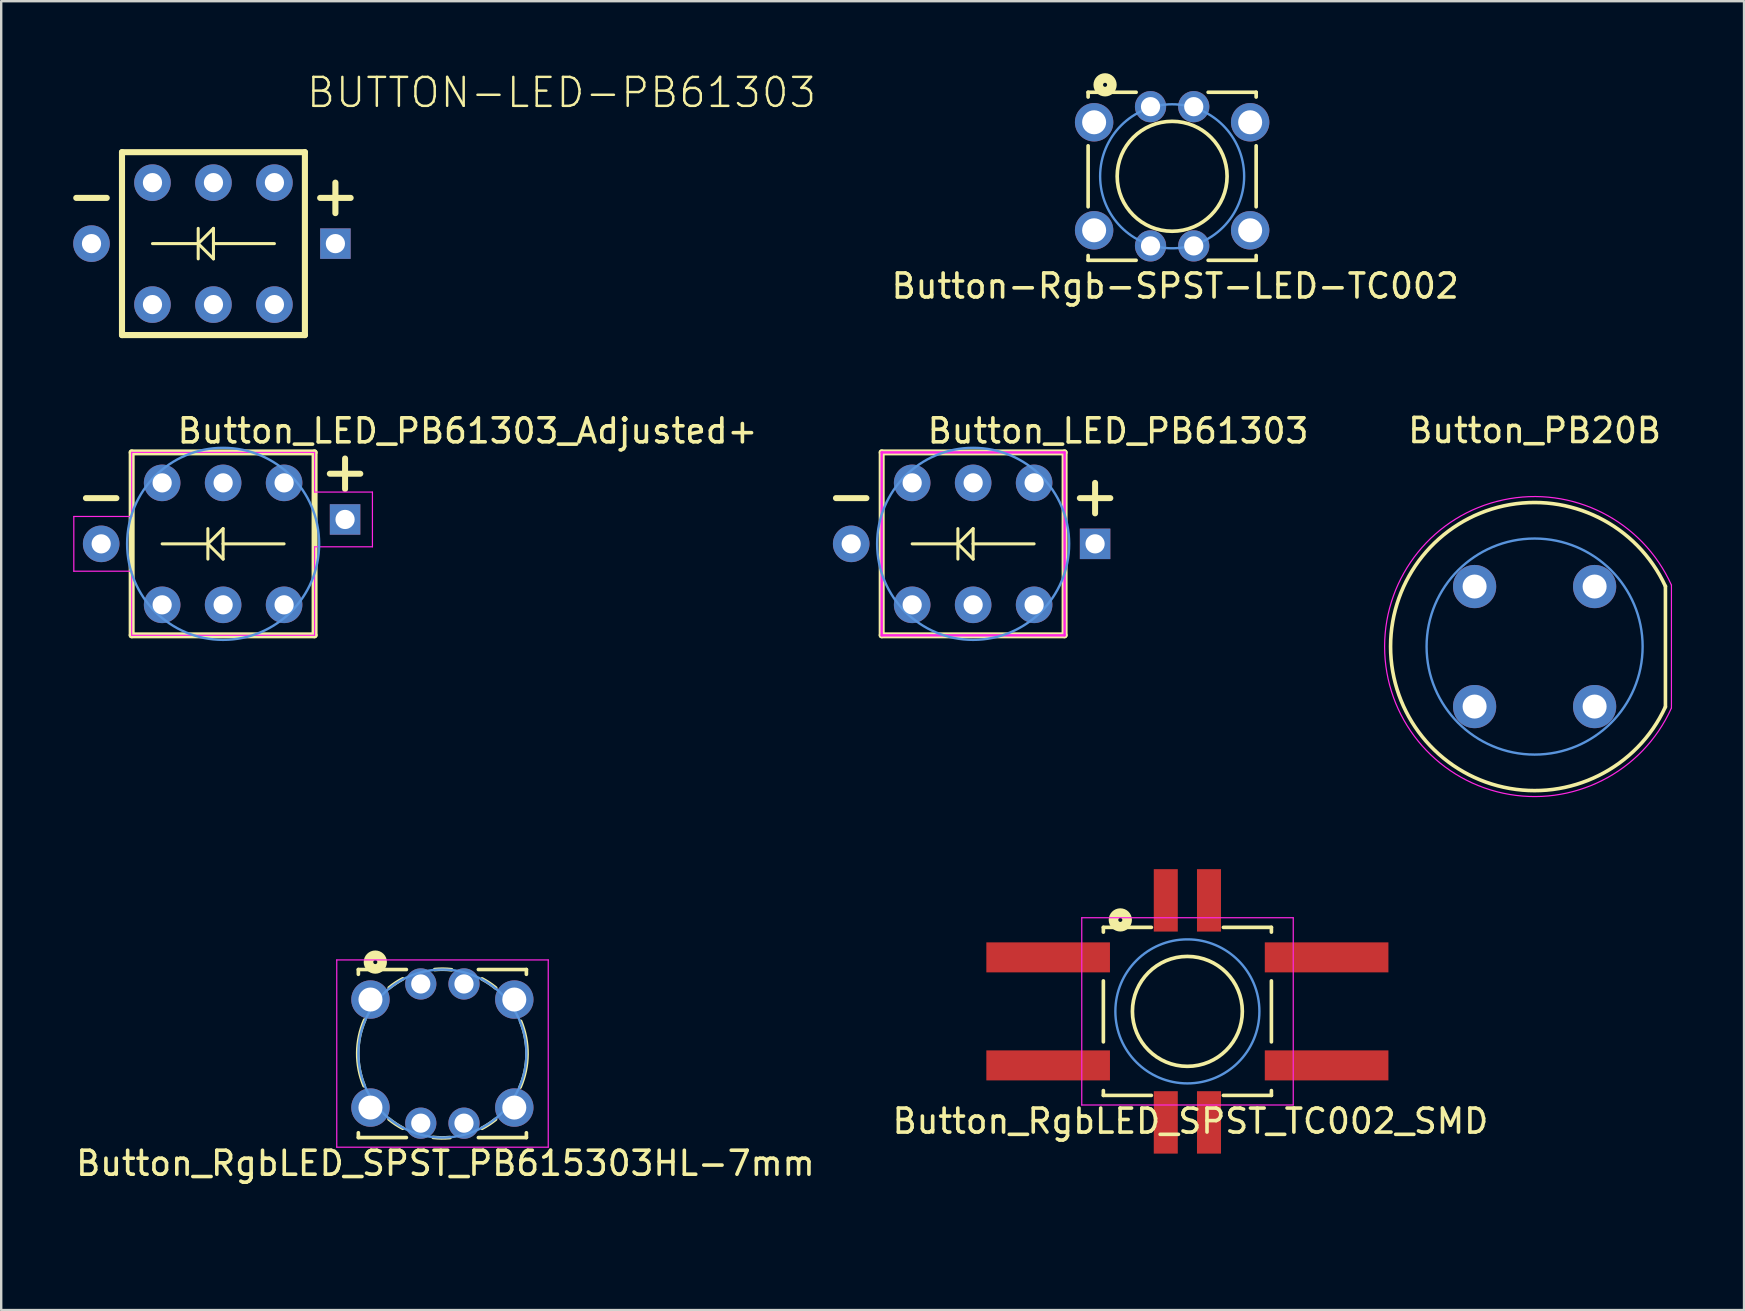
<source format=kicad_pcb>
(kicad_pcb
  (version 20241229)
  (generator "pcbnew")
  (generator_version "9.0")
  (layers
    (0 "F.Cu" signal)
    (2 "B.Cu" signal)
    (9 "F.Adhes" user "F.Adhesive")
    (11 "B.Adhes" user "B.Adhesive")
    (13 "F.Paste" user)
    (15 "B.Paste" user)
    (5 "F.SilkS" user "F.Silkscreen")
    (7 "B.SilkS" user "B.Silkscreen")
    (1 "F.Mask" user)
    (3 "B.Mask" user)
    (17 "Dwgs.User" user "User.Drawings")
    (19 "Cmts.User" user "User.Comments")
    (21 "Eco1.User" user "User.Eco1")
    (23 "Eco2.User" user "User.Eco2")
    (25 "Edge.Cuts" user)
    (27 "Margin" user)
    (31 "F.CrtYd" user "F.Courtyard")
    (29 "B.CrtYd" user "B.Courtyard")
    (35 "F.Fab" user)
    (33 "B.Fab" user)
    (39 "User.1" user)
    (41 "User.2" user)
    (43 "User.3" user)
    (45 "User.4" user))
  (footprint "Button-Rgb-SPST-LED-TC002"
    (layer "F.Cu")
    (at 45.78 4.294)
    (property "Reference" "Button-Rgb-SPST-LED-TC002" (at 0.127 4.572 0) (layer "F.SilkS") (effects (font (size 1 1) (thickness 0.15))))
    (attr through_hole)
    (fp_line (start -3.5 -3.5) (end -3.5 -3.302) (stroke (width 0.152) (type solid)) (layer "F.SilkS"))
    (fp_line (start -3.5 -1.27) (end -3.5 1.27) (stroke (width 0.152) (type solid)) (layer "F.SilkS"))
    (fp_line (start -3.5 3.5) (end -3.5 3.3) (stroke (width 0.152) (type solid)) (layer "F.SilkS"))
    (fp_line (start -1.5 -3.5) (end -3.5 -3.5) (stroke (width 0.152) (type solid)) (layer "F.SilkS"))
    (fp_line (start -1.5 3.5) (end -3.5 3.5) (stroke (width 0.152) (type solid)) (layer "F.SilkS"))
    (fp_line (start 1.5 -3.5) (end 3.5 -3.5) (stroke (width 0.152) (type solid)) (layer "F.SilkS"))
    (fp_line (start 1.5 3.5) (end 3.5 3.5) (stroke (width 0.152) (type solid)) (layer "F.SilkS"))
    (fp_line (start 3.5 -3.5) (end 3.5 -3.302) (stroke (width 0.152) (type solid)) (layer "F.SilkS"))
    (fp_line (start 3.5 -1.27) (end 3.5 1.27) (stroke (width 0.152) (type solid)) (layer "F.SilkS"))
    (fp_line (start 3.5 3.5) (end 3.5 3.3) (stroke (width 0.152) (type solid)) (layer "F.SilkS"))
    (fp_circle (center -2.794 -3.81) (end -2.921 -4.064) (stroke (width 0.4) (type solid)) (fill no) (layer "F.SilkS"))
    (fp_circle (center 0 0) (end -0.127 -2.286) (stroke (width 0.152) (type solid)) (fill no) (layer "F.SilkS"))
    (fp_circle (center 0 0) (end 3 0) (stroke (width 0.1) (type solid)) (fill no) (layer "Cmts.User"))
    (pad "1" thru_hole circle (at -3.25 -2.25) (size 1.6 1.6) (drill 1) (layers "*.Cu" "*.Mask"))
    (pad "2" thru_hole circle (at 3.25 -2.25) (size 1.6 1.6) (drill 1) (layers "*.Cu" "*.Mask"))
    (pad "3" thru_hole circle (at -3.25 2.25) (size 1.6 1.6) (drill 1) (layers "*.Cu" "*.Mask"))
    (pad "4" thru_hole circle (at 3.25 2.25) (size 1.6 1.6) (drill 1) (layers "*.Cu" "*.Mask"))
    (pad "5" thru_hole circle (at -0.9 -2.9) (size 1.3 1.3) (drill 0.8) (layers "*.Cu" "*.Mask"))
    (pad "6" thru_hole circle (at 0.9 -2.9) (size 1.3 1.3) (drill 0.8) (layers "*.Cu" "*.Mask"))
    (pad "7" thru_hole circle (at 0.9 2.9) (size 1.3 1.3) (drill 0.8) (layers "*.Cu" "*.Mask"))
    (pad "8" thru_hole circle (at -0.9 2.9) (size 1.3 1.3) (drill 0.8) (layers "*.Cu" "*.Mask")))
  (footprint "Button_PB20B"
    (layer "F.Cu")
    (at 60.88 23.885)
    (property "Reference" "Button_PB20B" (at 0 -9 0) (layer "F.SilkS") (effects (font (size 1 1) (thickness 0.15))))
    (attr through_hole)
    (fp_line (start 5.45 -2.51) (end 5.45 2.51) (stroke (width 0.15) (type solid)) (layer "F.SilkS"))
    (fp_arc (start 5.448111 2.514098) (mid -6.000216 -0.002256) (end 5.45 -2.51) (stroke (width 0.15) (type solid)) (layer "F.SilkS"))
    (fp_circle (center 0 0) (end 4.5 0) (stroke (width 0.1) (type solid)) (fill no) (layer "Cmts.User"))
    (fp_line (start 5.7 -2.56) (end 5.7 2.56) (stroke (width 0.05) (type solid)) (layer "F.CrtYd"))
    (fp_arc (start 5.7 2.56) (mid -6.248488 0) (end 5.7 -2.56) (stroke (width 0.05) (type solid)) (layer "F.CrtYd"))
    (pad "1" thru_hole circle (at -2.5 -2.5) (size 1.8 1.8) (drill 1) (layers "*.Cu" "*.Mask"))
    (pad "2" thru_hole circle (at 2.5 -2.5) (size 1.8 1.8) (drill 1) (layers "*.Cu" "*.Mask"))
    (pad "3" thru_hole circle (at 2.5 2.5) (size 1.8 1.8) (drill 1) (layers "*.Cu" "*.Mask"))
    (pad "4" thru_hole circle (at -2.5 2.5) (size 1.8 1.8) (drill 1) (layers "*.Cu" "*.Mask")))
  (footprint "Button_LED_PB61303"
    (layer "F.Cu")
    (at 37.49 19.606)
    (property "Reference" "Button_LED_PB61303" (at -1.99 -4.12 0) (layer "F.SilkS") (effects (font (size 1 1) (thickness 0.15)) (justify left bottom)))
    (attr through_hole)
    (fp_line (start -5.715 -1.905) (end -4.445 -1.905) (stroke (width 0.25) (type solid)) (layer "F.SilkS"))
    (fp_line (start -3.81 -3.81) (end -3.81 3.81) (stroke (width 0.25) (type solid)) (layer "F.SilkS"))
    (fp_line (start -3.81 3.81) (end 3.81 3.81) (stroke (width 0.25) (type solid)) (layer "F.SilkS"))
    (fp_line (start -0.635 -0.635) (end -0.635 0) (stroke (width 0.127) (type solid)) (layer "F.SilkS"))
    (fp_line (start -0.635 0) (end -2.54 0) (stroke (width 0.127) (type solid)) (layer "F.SilkS"))
    (fp_line (start -0.635 0) (end -0.635 0.635) (stroke (width 0.127) (type solid)) (layer "F.SilkS"))
    (fp_line (start -0.635 0) (end 0 0.635) (stroke (width 0.127) (type solid)) (layer "F.SilkS"))
    (fp_line (start 0 -0.635) (end -0.635 0) (stroke (width 0.127) (type solid)) (layer "F.SilkS"))
    (fp_line (start 0 0) (end 0 -0.635) (stroke (width 0.127) (type solid)) (layer "F.SilkS"))
    (fp_line (start 0 0.635) (end 0 0) (stroke (width 0.127) (type solid)) (layer "F.SilkS"))
    (fp_line (start 2.54 0) (end 0 0) (stroke (width 0.127) (type solid)) (layer "F.SilkS"))
    (fp_line (start 3.81 -3.81) (end -3.81 -3.81) (stroke (width 0.25) (type solid)) (layer "F.SilkS"))
    (fp_line (start 3.81 3.81) (end 3.81 -3.81) (stroke (width 0.25) (type solid)) (layer "F.SilkS"))
    (fp_line (start 4.445 -1.905) (end 5.715 -1.905) (stroke (width 0.25) (type solid)) (layer "F.SilkS"))
    (fp_line (start 5.08 -1.27) (end 5.08 -2.54) (stroke (width 0.25) (type solid)) (layer "F.SilkS"))
    (fp_circle (center 0 0) (end 4 0) (stroke (width 0.1) (type solid)) (fill no) (layer "Cmts.User"))
    (fp_line (start -3.81 -3.81) (end 3.81 -3.81) (stroke (width 0.1) (type solid)) (layer "F.CrtYd"))
    (fp_line (start -3.81 3.81) (end -3.81 -3.81) (stroke (width 0.1) (type solid)) (layer "F.CrtYd"))
    (fp_line (start 3.81 -3.81) (end 3.81 3.81) (stroke (width 0.1) (type solid)) (layer "F.CrtYd"))
    (fp_line (start 3.81 3.81) (end -3.81 3.81) (stroke (width 0.1) (type solid)) (layer "F.CrtYd"))
    (pad "1" thru_hole circle (at 2.54 -2.54) (size 1.524 1.524) (drill 0.8) (layers "*.Cu" "*.Mask"))
    (pad "2" thru_hole circle (at 0 -2.54) (size 1.524 1.524) (drill 0.8) (layers "*.Cu" "*.Mask"))
    (pad "3" thru_hole circle (at -2.54 -2.54) (size 1.524 1.524) (drill 0.8) (layers "*.Cu" "*.Mask"))
    (pad "4" thru_hole circle (at 2.54 2.54) (size 1.524 1.524) (drill 0.8) (layers "*.Cu" "*.Mask"))
    (pad "5" thru_hole circle (at 0 2.54) (size 1.524 1.524) (drill 0.8) (layers "*.Cu" "*.Mask"))
    (pad "6" thru_hole circle (at -2.54 2.54) (size 1.524 1.524) (drill 0.8) (layers "*.Cu" "*.Mask"))
    (pad "7" thru_hole rect (at 5.08 0) (size 1.27 1.27) (drill 0.8) (layers "*.Cu" "*.Mask"))
    (pad "8" thru_hole circle (at -5.08 0) (size 1.524 1.524) (drill 0.8) (layers "*.Cu" "*.Mask")))
  (footprint "BUTTON-LED-PB61303"
    (layer "F.Cu")
    (at 5.842 7.099)
    (property "Reference" "BUTTON-LED-PB61303" (at 3.81 -5.588 0) (layer "F.SilkS") (effects (font (size 1.206 1.206) (thickness 0.102)) (justify left bottom)))
    (attr through_hole)
    (fp_line (start -5.715 -1.905) (end -4.445 -1.905) (stroke (width 0.254) (type solid)) (layer "F.SilkS"))
    (fp_line (start -3.81 -3.81) (end -3.81 3.81) (stroke (width 0.254) (type solid)) (layer "F.SilkS"))
    (fp_line (start -3.81 3.81) (end 3.81 3.81) (stroke (width 0.254) (type solid)) (layer "F.SilkS"))
    (fp_line (start -0.635 -0.635) (end -0.635 0) (stroke (width 0.127) (type solid)) (layer "F.SilkS"))
    (fp_line (start -0.635 0) (end -2.54 0) (stroke (width 0.127) (type solid)) (layer "F.SilkS"))
    (fp_line (start -0.635 0) (end -0.635 0.635) (stroke (width 0.127) (type solid)) (layer "F.SilkS"))
    (fp_line (start -0.635 0) (end 0 0.635) (stroke (width 0.127) (type solid)) (layer "F.SilkS"))
    (fp_line (start 0 -0.635) (end -0.635 0) (stroke (width 0.127) (type solid)) (layer "F.SilkS"))
    (fp_line (start 0 0) (end 0 -0.635) (stroke (width 0.127) (type solid)) (layer "F.SilkS"))
    (fp_line (start 0 0.635) (end 0 0) (stroke (width 0.127) (type solid)) (layer "F.SilkS"))
    (fp_line (start 2.54 0) (end 0 0) (stroke (width 0.127) (type solid)) (layer "F.SilkS"))
    (fp_line (start 3.81 -3.81) (end -3.81 -3.81) (stroke (width 0.254) (type solid)) (layer "F.SilkS"))
    (fp_line (start 3.81 3.81) (end 3.81 -3.81) (stroke (width 0.254) (type solid)) (layer "F.SilkS"))
    (fp_line (start 4.445 -1.905) (end 5.715 -1.905) (stroke (width 0.254) (type solid)) (layer "F.SilkS"))
    (fp_line (start 5.08 -1.27) (end 5.08 -2.54) (stroke (width 0.254) (type solid)) (layer "F.SilkS"))
    (pad "1" thru_hole circle (at 2.54 -2.54) (size 1.524 1.524) (drill 0.8) (layers "*.Cu" "*.Mask"))
    (pad "2" thru_hole circle (at 0 -2.54) (size 1.524 1.524) (drill 0.8) (layers "*.Cu" "*.Mask"))
    (pad "3" thru_hole circle (at -2.54 -2.54) (size 1.524 1.524) (drill 0.8) (layers "*.Cu" "*.Mask"))
    (pad "4" thru_hole circle (at 2.54 2.54) (size 1.524 1.524) (drill 0.8) (layers "*.Cu" "*.Mask"))
    (pad "5" thru_hole circle (at 0 2.54) (size 1.524 1.524) (drill 0.8) (layers "*.Cu" "*.Mask"))
    (pad "6" thru_hole circle (at -2.54 2.54) (size 1.524 1.524) (drill 0.8) (layers "*.Cu" "*.Mask"))
    (pad "7" thru_hole rect (at 5.08 0) (size 1.27 1.27) (drill 0.8) (layers "*.Cu" "*.Mask"))
    (pad "8" thru_hole circle (at -5.08 0) (size 1.524 1.524) (drill 0.8) (layers "*.Cu" "*.Mask")))
  (footprint "Button_RgbLED_SPST_PB615303HL-7mm"
    (layer "F.Cu")
    (at 15.379 40.84)
    (property "Reference" "Button_RgbLED_SPST_PB615303HL-7mm" (at 0.127 4.572 0) (layer "F.SilkS") (effects (font (size 1 1) (thickness 0.15))))
    (attr through_hole)
    (fp_line (start -3.5 -3.5) (end -3.5 -3.302) (stroke (width 0.152) (type solid)) (layer "F.SilkS"))
    (fp_line (start -3.5 3.5) (end -3.5 3.3) (stroke (width 0.152) (type solid)) (layer "F.SilkS"))
    (fp_line (start -1.5 -3.5) (end -3.5 -3.5) (stroke (width 0.152) (type solid)) (layer "F.SilkS"))
    (fp_line (start -1.5 3.5) (end -3.5 3.5) (stroke (width 0.152) (type solid)) (layer "F.SilkS"))
    (fp_line (start 1.5 -3.5) (end 3.5 -3.5) (stroke (width 0.152) (type solid)) (layer "F.SilkS"))
    (fp_line (start 1.5 3.5) (end 3.5 3.5) (stroke (width 0.152) (type solid)) (layer "F.SilkS"))
    (fp_line (start 3.5 -3.5) (end 3.5 -3.302) (stroke (width 0.152) (type solid)) (layer "F.SilkS"))
    (fp_line (start 3.5 3.5) (end 3.5 3.3) (stroke (width 0.152) (type solid)) (layer "F.SilkS"))
    (fp_arc (start -3.261307 1.342892) (mid -3.526843 -0.029359) (end -3.238499 -1.396999) (stroke (width 0.1524) (type solid)) (layer "F.SilkS"))
    (fp_arc (start -2.216281 -2.737759) (mid -1.942649 -2.938255) (end -1.650999 -3.111499) (stroke (width 0.1524) (type solid)) (layer "F.SilkS"))
    (fp_arc (start -1.650194 3.109982) (mid -1.945621 2.934227) (end -2.222499 2.730499) (stroke (width 0.1524) (type solid)) (layer "F.SilkS"))
    (fp_arc (start -0.318073 -3.498791) (mid 0.03162 -3.513077) (end 0.380999 -3.492499) (stroke (width 0.1524) (type solid)) (layer "F.SilkS"))
    (fp_arc (start 0.318073 3.498791) (mid -0.03162 3.513077) (end -0.380999 3.492499) (stroke (width 0.1524) (type solid)) (layer "F.SilkS"))
    (fp_arc (start 1.650194 -3.109982) (mid 1.945621 -2.934227) (end 2.222499 -2.730499) (stroke (width 0.1524) (type solid)) (layer "F.SilkS"))
    (fp_arc (start 2.216281 2.737759) (mid 1.942649 2.938255) (end 1.650999 3.111499) (stroke (width 0.1524) (type solid)) (layer "F.SilkS"))
    (fp_arc (start 3.261307 -1.342892) (mid 3.526843 0.029359) (end 3.238499 1.396999) (stroke (width 0.1524) (type solid)) (layer "F.SilkS"))
    (fp_circle (center -2.794 -3.81) (end -2.921 -4.064) (stroke (width 0.4) (type solid)) (fill no) (layer "F.SilkS"))
    (fp_circle (center 0 0) (end 3.5 0) (stroke (width 0.1) (type solid)) (fill no) (layer "Cmts.User"))
    (fp_circle (center 0.000163 0.002) (end 7.62 0.002) (stroke (width 0.127) (type solid)) (fill no) (layer "Eco1.User"))
    (fp_line (start -4.4 -3.9) (end 4.41 -3.9) (stroke (width 0.05) (type solid)) (layer "F.CrtYd"))
    (fp_line (start -4.4 3.9) (end -4.4 -3.9) (stroke (width 0.05) (type solid)) (layer "F.CrtYd"))
    (fp_line (start 4.41 -3.9) (end 4.41 3.9) (stroke (width 0.05) (type solid)) (layer "F.CrtYd"))
    (fp_line (start 4.41 3.9) (end -4.4 3.9) (stroke (width 0.05) (type solid)) (layer "F.CrtYd"))
    (pad "1" thru_hole circle (at -2.996 -2.25) (size 1.6 1.6) (drill 1) (layers "*.Cu" "*.Mask"))
    (pad "2" thru_hole circle (at 2.996 -2.25) (size 1.6 1.6) (drill 1) (layers "*.Cu" "*.Mask"))
    (pad "3" thru_hole circle (at -2.996 2.25) (size 1.6 1.6) (drill 1) (layers "*.Cu" "*.Mask"))
    (pad "4" thru_hole circle (at 2.996 2.25) (size 1.6 1.6) (drill 1) (layers "*.Cu" "*.Mask"))
    (pad "5" thru_hole circle (at -0.9 -2.9) (size 1.3 1.3) (drill 0.8) (layers "*.Cu" "*.Mask"))
    (pad "6" thru_hole circle (at 0.9 -2.9) (size 1.3 1.3) (drill 0.8) (layers "*.Cu" "*.Mask"))
    (pad "7" thru_hole circle (at 0.9 2.9) (size 1.3 1.3) (drill 0.8) (layers "*.Cu" "*.Mask"))
    (pad "8" thru_hole circle (at -0.9 2.9) (size 1.3 1.3) (drill 0.8) (layers "*.Cu" "*.Mask")))
  (footprint "Button_RgbLED_SPST_TC002_SMD"
    (layer "F.Cu")
    (at 46.415 39.083)
    (property "Reference" "Button_RgbLED_SPST_TC002_SMD" (at 0.127 4.572 0) (layer "F.SilkS") (effects (font (size 1 1) (thickness 0.15))))
    (attr through_hole)
    (fp_line (start -3.5 -3.5) (end -3.5 -3.302) (stroke (width 0.152) (type solid)) (layer "F.SilkS"))
    (fp_line (start -3.5 -1.27) (end -3.5 1.27) (stroke (width 0.152) (type solid)) (layer "F.SilkS"))
    (fp_line (start -3.5 3.5) (end -3.5 3.3) (stroke (width 0.152) (type solid)) (layer "F.SilkS"))
    (fp_line (start -1.5 -3.5) (end -3.5 -3.5) (stroke (width 0.152) (type solid)) (layer "F.SilkS"))
    (fp_line (start -1.5 3.5) (end -3.5 3.5) (stroke (width 0.152) (type solid)) (layer "F.SilkS"))
    (fp_line (start 1.5 -3.5) (end 3.5 -3.5) (stroke (width 0.152) (type solid)) (layer "F.SilkS"))
    (fp_line (start 1.5 3.5) (end 3.5 3.5) (stroke (width 0.152) (type solid)) (layer "F.SilkS"))
    (fp_line (start 3.5 -3.5) (end 3.5 -3.302) (stroke (width 0.152) (type solid)) (layer "F.SilkS"))
    (fp_line (start 3.5 -1.27) (end 3.5 1.27) (stroke (width 0.152) (type solid)) (layer "F.SilkS"))
    (fp_line (start 3.5 3.5) (end 3.5 3.3) (stroke (width 0.152) (type solid)) (layer "F.SilkS"))
    (fp_circle (center -2.794 -3.81) (end -2.921 -4.064) (stroke (width 0.4) (type solid)) (fill no) (layer "F.SilkS"))
    (fp_circle (center 0 0) (end -0.127 -2.286) (stroke (width 0.152) (type solid)) (fill no) (layer "F.SilkS"))
    (fp_circle (center 0 0) (end 3 0) (stroke (width 0.1) (type solid)) (fill no) (layer "Cmts.User"))
    (fp_line (start -4.4 -3.9) (end 4.41 -3.9) (stroke (width 0.05) (type solid)) (layer "F.CrtYd"))
    (fp_line (start -4.4 3.9) (end -4.4 -3.9) (stroke (width 0.05) (type solid)) (layer "F.CrtYd"))
    (fp_line (start 4.41 -3.9) (end 4.41 3.9) (stroke (width 0.05) (type solid)) (layer "F.CrtYd"))
    (fp_line (start 4.41 3.9) (end -4.4 3.9) (stroke (width 0.05) (type solid)) (layer "F.CrtYd"))
    (pad "1" smd rect (at -5.8 -2.25) (size 5.15 1.25) (layers "F.Cu" "F.Mask" "F.Paste"))
    (pad "2" smd rect (at 5.8 -2.25) (size 5.15 1.25) (layers "F.Cu" "F.Mask" "F.Paste"))
    (pad "3" smd rect (at -5.8 2.25) (size 5.15 1.25) (layers "F.Cu" "F.Mask" "F.Paste"))
    (pad "4" smd rect (at 5.8 2.25) (size 5.15 1.25) (layers "F.Cu" "F.Mask" "F.Paste"))
    (pad "5" smd rect (at -0.9 -4.625) (size 1 2.6) (layers "F.Cu" "F.Mask" "F.Paste"))
    (pad "6" smd rect (at 0.9 -4.625) (size 1 2.6) (layers "F.Cu" "F.Mask" "F.Paste"))
    (pad "7" smd rect (at 0.9 4.625) (size 1 2.6) (layers "F.Cu" "F.Mask" "F.Paste"))
    (pad "8" smd rect (at -0.9 4.625) (size 1 2.6) (layers "F.Cu" "F.Mask" "F.Paste")))
  (footprint "Button_LED_PB61303_Adjusted+"
    (layer "F.Cu")
    (at 6.245 19.606)
    (property "Reference" "Button_LED_PB61303_Adjusted+" (at -1.99 -4.12 0) (layer "F.SilkS") (effects (font (size 1 1) (thickness 0.15)) (justify left bottom)))
    (attr through_hole)
    (fp_line (start -5.715 -1.905) (end -4.445 -1.905) (stroke (width 0.25) (type solid)) (layer "F.SilkS"))
    (fp_line (start -3.81 -3.81) (end -3.81 3.81) (stroke (width 0.25) (type solid)) (layer "F.SilkS"))
    (fp_line (start -3.81 3.81) (end 3.81 3.81) (stroke (width 0.25) (type solid)) (layer "F.SilkS"))
    (fp_line (start -0.635 -0.635) (end -0.635 0) (stroke (width 0.127) (type solid)) (layer "F.SilkS"))
    (fp_line (start -0.635 0) (end -2.54 0) (stroke (width 0.127) (type solid)) (layer "F.SilkS"))
    (fp_line (start -0.635 0) (end -0.635 0.635) (stroke (width 0.127) (type solid)) (layer "F.SilkS"))
    (fp_line (start -0.635 0) (end 0 0.635) (stroke (width 0.127) (type solid)) (layer "F.SilkS"))
    (fp_line (start 0 -0.635) (end -0.635 0) (stroke (width 0.127) (type solid)) (layer "F.SilkS"))
    (fp_line (start 0 0) (end 0 -0.635) (stroke (width 0.127) (type solid)) (layer "F.SilkS"))
    (fp_line (start 0 0.635) (end 0 0) (stroke (width 0.127) (type solid)) (layer "F.SilkS"))
    (fp_line (start 2.54 0) (end 0 0) (stroke (width 0.127) (type solid)) (layer "F.SilkS"))
    (fp_line (start 3.81 -3.81) (end -3.81 -3.81) (stroke (width 0.25) (type solid)) (layer "F.SilkS"))
    (fp_line (start 3.81 3.81) (end 3.81 -3.81) (stroke (width 0.25) (type solid)) (layer "F.SilkS"))
    (fp_line (start 4.445 -2.921) (end 5.715 -2.921) (stroke (width 0.25) (type solid)) (layer "F.SilkS"))
    (fp_line (start 5.08 -2.286) (end 5.08 -3.556) (stroke (width 0.25) (type solid)) (layer "F.SilkS"))
    (fp_circle (center 0 0) (end 4 0) (stroke (width 0.1) (type solid)) (fill no) (layer "Cmts.User"))
    (fp_line (start -6.22 -1.14) (end -3.81 -1.14) (stroke (width 0.05) (type solid)) (layer "F.CrtYd"))
    (fp_line (start -6.22 1.14) (end -6.22 -1.14) (stroke (width 0.05) (type solid)) (layer "F.CrtYd"))
    (fp_line (start -3.81 -3.81) (end 3.81 -3.81) (stroke (width 0.05) (type solid)) (layer "F.CrtYd"))
    (fp_line (start -3.81 -1.14) (end -3.81 -3.81) (stroke (width 0.05) (type solid)) (layer "F.CrtYd"))
    (fp_line (start -3.81 1.14) (end -6.22 1.14) (stroke (width 0.05) (type solid)) (layer "F.CrtYd"))
    (fp_line (start -3.81 3.81) (end -3.81 1.14) (stroke (width 0.05) (type solid)) (layer "F.CrtYd"))
    (fp_line (start 3.81 -3.81) (end 3.81 -2.156) (stroke (width 0.05) (type solid)) (layer "F.CrtYd"))
    (fp_line (start 3.81 -2.156) (end 6.22 -2.156) (stroke (width 0.05) (type solid)) (layer "F.CrtYd"))
    (fp_line (start 3.81 0.124) (end 3.81 3.81) (stroke (width 0.05) (type solid)) (layer "F.CrtYd"))
    (fp_line (start 3.81 3.81) (end -3.81 3.81) (stroke (width 0.05) (type solid)) (layer "F.CrtYd"))
    (fp_line (start 6.22 -2.156) (end 6.22 0.124) (stroke (width 0.05) (type solid)) (layer "F.CrtYd"))
    (fp_line (start 6.22 0.124) (end 3.81 0.124) (stroke (width 0.05) (type solid)) (layer "F.CrtYd"))
    (pad "1" thru_hole circle (at 2.54 -2.54) (size 1.524 1.524) (drill 0.8) (layers "*.Cu" "*.Mask"))
    (pad "2" thru_hole circle (at 0 -2.54) (size 1.524 1.524) (drill 0.8) (layers "*.Cu" "*.Mask"))
    (pad "3" thru_hole circle (at -2.54 -2.54) (size 1.524 1.524) (drill 0.8) (layers "*.Cu" "*.Mask"))
    (pad "4" thru_hole circle (at 2.54 2.54) (size 1.524 1.524) (drill 0.8) (layers "*.Cu" "*.Mask"))
    (pad "5" thru_hole circle (at 0 2.54) (size 1.524 1.524) (drill 0.8) (layers "*.Cu" "*.Mask"))
    (pad "6" thru_hole circle (at -2.54 2.54) (size 1.524 1.524) (drill 0.8) (layers "*.Cu" "*.Mask"))
    (pad "7" thru_hole rect (at 5.08 -1.016) (size 1.27 1.27) (drill 0.8) (layers "*.Cu" "*.Mask"))
    (pad "8" thru_hole circle (at -5.08 0) (size 1.524 1.524) (drill 0.8) (layers "*.Cu" "*.Mask")))
  (gr_rect
    (start -3 -3)
    (end 69.605 51.525)
    (stroke (width 0.1) (type default))
    (fill no)
    (layer "Edge.Cuts")))
</source>
